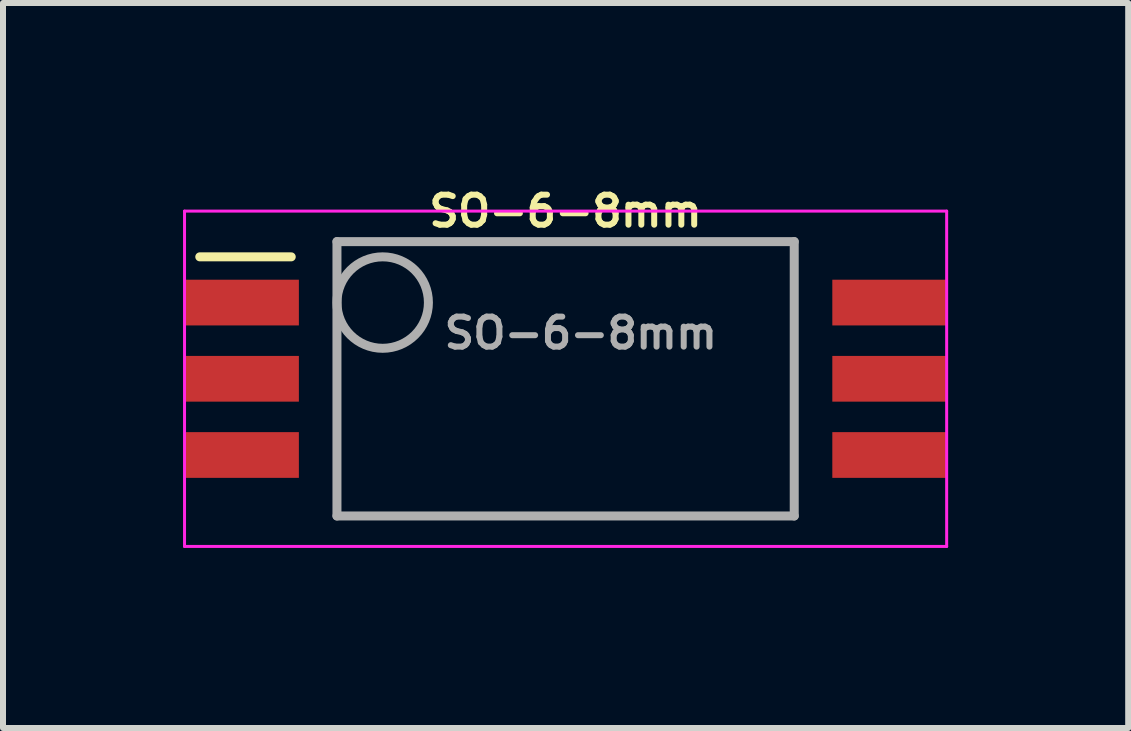
<source format=kicad_pcb>
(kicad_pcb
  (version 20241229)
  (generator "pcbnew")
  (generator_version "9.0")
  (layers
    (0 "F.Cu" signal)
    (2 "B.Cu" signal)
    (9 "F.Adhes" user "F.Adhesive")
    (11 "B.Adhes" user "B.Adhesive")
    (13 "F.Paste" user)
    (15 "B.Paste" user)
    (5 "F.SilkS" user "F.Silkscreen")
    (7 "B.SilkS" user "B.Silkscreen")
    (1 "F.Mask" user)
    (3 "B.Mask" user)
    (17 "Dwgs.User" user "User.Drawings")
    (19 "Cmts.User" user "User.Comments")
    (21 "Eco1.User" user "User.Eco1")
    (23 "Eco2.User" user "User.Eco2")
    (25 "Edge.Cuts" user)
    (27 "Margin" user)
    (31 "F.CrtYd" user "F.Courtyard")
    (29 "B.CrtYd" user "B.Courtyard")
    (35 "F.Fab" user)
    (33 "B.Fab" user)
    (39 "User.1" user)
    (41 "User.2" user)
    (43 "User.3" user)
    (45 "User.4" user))
  (footprint "SO-6-8mm"
    (layer "F.Cu")
    (at 6.375 3.262)
    (property "Reference" "SO-6-8mm" (at 0 -2.794 0) (layer "F.SilkS") (effects (font (size 0.5 0.5) (thickness 0.1))))
    (attr smd)
    (fp_line (start -4.572 -2.032) (end -6.096 -2.032) (stroke (width 0.15) (type solid)) (layer "F.SilkS"))
    (fp_line (start -6.35 -2.794) (end -6.35 2.794) (stroke (width 0.05) (type solid)) (layer "F.CrtYd"))
    (fp_line (start -6.35 -2.794) (end 6.35 -2.794) (stroke (width 0.05) (type solid)) (layer "F.CrtYd"))
    (fp_line (start -6.35 2.794) (end 6.35 2.794) (stroke (width 0.05) (type solid)) (layer "F.CrtYd"))
    (fp_line (start 6.35 -2.794) (end 6.35 2.794) (stroke (width 0.05) (type solid)) (layer "F.CrtYd"))
    (fp_line (start -3.81 -2.286) (end -3.81 2.286) (stroke (width 0.15) (type solid)) (layer "F.Fab"))
    (fp_line (start -3.81 2.286) (end 3.81 2.286) (stroke (width 0.15) (type solid)) (layer "F.Fab"))
    (fp_line (start 3.81 -2.286) (end -3.81 -2.286) (stroke (width 0.15) (type solid)) (layer "F.Fab"))
    (fp_line (start 3.81 2.286) (end 3.81 -2.286) (stroke (width 0.15) (type solid)) (layer "F.Fab"))
    (fp_circle (center -3.048 -1.27) (end -3.81 -1.27) (stroke (width 0.15) (type solid)) (fill no) (layer "F.Fab"))
    (fp_text user "${REFERENCE}" (at 0.254 -0.762 0) (layer "F.Fab") (effects (font (size 0.5 0.5) (thickness 0.1))))
    (pad "1" smd rect (at -5.397 -1.27) (size 1.905 0.762) (layers "F.Cu" "F.Mask" "F.Paste"))
    (pad "2" smd rect (at -5.397 0) (size 1.905 0.762) (layers "F.Cu" "F.Mask" "F.Paste"))
    (pad "3" smd rect (at -5.397 1.27) (size 1.905 0.762) (layers "F.Cu" "F.Mask" "F.Paste"))
    (pad "4" smd rect (at 5.397 1.27) (size 1.905 0.762) (layers "F.Cu" "F.Mask" "F.Paste"))
    (pad "5" smd rect (at 5.397 0) (size 1.905 0.762) (layers "F.Cu" "F.Mask" "F.Paste"))
    (pad "6" smd rect (at 5.397 -1.27) (size 1.905 0.762) (layers "F.Cu" "F.Mask" "F.Paste")))
  (gr_rect
    (start -3 -3)
    (end 15.75 9.081)
    (stroke (width 0.1) (type default))
    (fill no)
    (layer "Edge.Cuts")))
</source>
